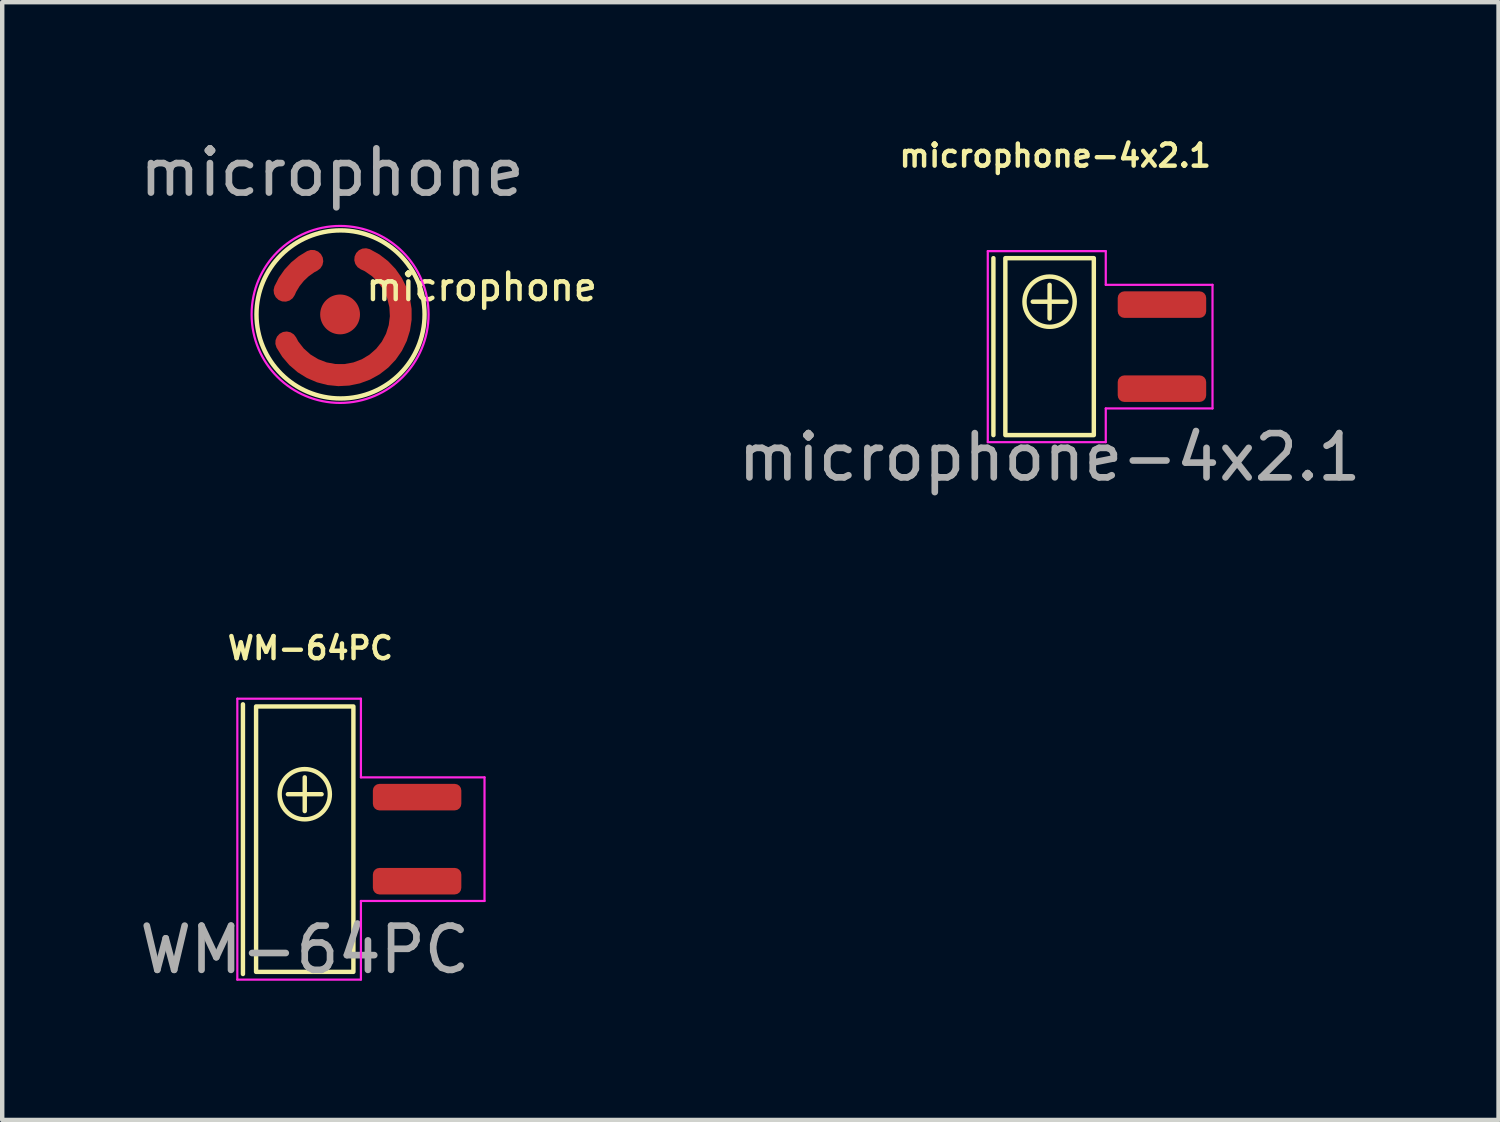
<source format=kicad_pcb>
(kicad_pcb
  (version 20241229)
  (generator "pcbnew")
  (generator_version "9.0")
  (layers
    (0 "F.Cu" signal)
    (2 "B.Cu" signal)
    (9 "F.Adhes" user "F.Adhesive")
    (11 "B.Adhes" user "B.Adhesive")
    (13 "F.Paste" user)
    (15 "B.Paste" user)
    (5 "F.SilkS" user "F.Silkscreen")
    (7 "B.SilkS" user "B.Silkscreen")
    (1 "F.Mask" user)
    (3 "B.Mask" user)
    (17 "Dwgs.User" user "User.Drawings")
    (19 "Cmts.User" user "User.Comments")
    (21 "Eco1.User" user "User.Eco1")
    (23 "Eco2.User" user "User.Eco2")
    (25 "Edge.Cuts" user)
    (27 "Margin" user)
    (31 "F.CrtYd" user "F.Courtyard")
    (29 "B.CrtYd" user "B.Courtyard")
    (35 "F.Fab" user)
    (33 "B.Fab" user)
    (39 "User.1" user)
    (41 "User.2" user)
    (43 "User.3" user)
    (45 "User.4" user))
  (footprint "microphone"
    (layer "F.Cu")
    (at 4.638 4.058)
    (property "Reference" "microphone" (at 3.2 -0.62 0) (layer "F.SilkS") (effects (font (size 0.6 0.6) (thickness 0.1))))
    (attr smd)
    (fp_circle (center 0.01 0) (end 1.91 0) (stroke (width 0.1) (type default)) (fill no) (layer "F.SilkS"))
    (fp_circle (center 0 0) (end 2 0) (stroke (width 0.05) (type default)) (fill no) (layer "F.CrtYd"))
    (fp_text user "${REFERENCE}" (at -0.18 -3.21 0) (unlocked yes) (layer "F.Fab") (effects (font (size 1 1) (thickness 0.15))))
    (pad "1" smd custom (at -0.63 -1.21 150) (size 0.2 0.2) (layers "F.Cu" "F.Mask" "F.Paste") (options (anchor circle)) (primitives (gr_arc (start 0.203989 -0.894458) (mid 0.179441 -0.429568) (end 0.000002 -0.000001) (width 0.5))))
    (pad "1" smd custom (at 0.47 -1.288 150) (size 0.2 0.2) (layers "F.Cu" "F.Mask" "F.Paste") (options (anchor circle)) (primitives (gr_arc (start -0.107098 0.014499) (mid -1.570866 -1.670202) (end 0.497614 -2.50819) (width 0.5))))
    (pad "2" smd circle (at 0 0) (size 0.9 0.9) (layers "F.Cu" "F.Mask" "F.Paste")))
  (footprint "WM-64PC"
    (layer "F.Cu")
    (at 3.839 15.92)
    (property "Reference" "WM-64PC" (at 0.127 -4.318 0) (unlocked yes) (layer "F.SilkS") (effects (font (size 0.5 0.5) (thickness 0.1))))
    (attr smd)
    (fp_line (start -1.397 -3.048) (end -1.397 3.048) (stroke (width 0.1) (type default)) (layer "F.SilkS"))
    (fp_line (start -0.381 -1.016) (end 0.381 -1.016) (stroke (width 0.1) (type default)) (layer "F.SilkS"))
    (fp_line (start 0 -1.397) (end 0 -0.635) (stroke (width 0.1) (type default)) (layer "F.SilkS"))
    (fp_rect (start -1.1 -3) (end 1.1 3) (stroke (width 0.1) (type default)) (fill no) (layer "F.SilkS"))
    (fp_circle (center 0 -1.016) (end 0.508 -0.762) (stroke (width 0.1) (type default)) (fill no) (layer "F.SilkS"))
    (fp_line (start -1.524 -3.175) (end -1.524 3.175) (stroke (width 0.05) (type default)) (layer "F.CrtYd"))
    (fp_line (start -1.524 -3.175) (end 1.27 -3.175) (stroke (width 0.05) (type default)) (layer "F.CrtYd"))
    (fp_line (start -1.524 3.175) (end 1.27 3.175) (stroke (width 0.05) (type default)) (layer "F.CrtYd"))
    (fp_line (start 1.27 -3.175) (end 1.27 -1.397) (stroke (width 0.05) (type default)) (layer "F.CrtYd"))
    (fp_line (start 1.27 -1.397) (end 4.064 -1.397) (stroke (width 0.05) (type default)) (layer "F.CrtYd"))
    (fp_line (start 1.27 1.397) (end 1.27 3.175) (stroke (width 0.05) (type default)) (layer "F.CrtYd"))
    (fp_line (start 4.064 -1.397) (end 4.064 1.397) (stroke (width 0.05) (type default)) (layer "F.CrtYd"))
    (fp_line (start 4.064 1.397) (end 1.27 1.397) (stroke (width 0.05) (type default)) (layer "F.CrtYd"))
    (fp_text user "${REFERENCE}" (at 0 2.5 0) (unlocked yes) (layer "F.Fab") (effects (font (size 1 1) (thickness 0.15))))
    (pad "1" smd roundrect (at 2.54 0.95) (size 2 0.6) (layers "F.Cu" "F.Mask" "F.Paste") (roundrect_rratio 0.25))
    (pad "2" smd roundrect (at 2.54 -0.95) (size 2 0.6) (layers "F.Cu" "F.Mask" "F.Paste") (roundrect_rratio 0.25)))
  (footprint "microphone-4x2.1"
    (layer "F.Cu")
    (at 20.677 4.786)
    (property "Reference" "microphone-4x2.1" (at 0.127 -4.318 0) (unlocked yes) (layer "F.SilkS") (effects (font (size 0.5 0.5) (thickness 0.1))))
    (attr smd)
    (fp_line (start -1.27 -2) (end -1.27 2) (stroke (width 0.1) (type default)) (layer "F.SilkS"))
    (fp_line (start -0.381 -1.016) (end 0.381 -1.016) (stroke (width 0.1) (type default)) (layer "F.SilkS"))
    (fp_line (start 0 -1.397) (end 0 -0.635) (stroke (width 0.1) (type default)) (layer "F.SilkS"))
    (fp_rect (start -1 -2) (end 1 2) (stroke (width 0.1) (type default)) (fill no) (layer "F.SilkS"))
    (fp_circle (center 0 -1.016) (end 0.508 -0.762) (stroke (width 0.1) (type default)) (fill no) (layer "F.SilkS"))
    (fp_line (start -1.397 -2.159) (end -1.397 2.159) (stroke (width 0.05) (type default)) (layer "F.CrtYd"))
    (fp_line (start -1.397 -2.159) (end 1.27 -2.159) (stroke (width 0.05) (type default)) (layer "F.CrtYd"))
    (fp_line (start -1.397 2.159) (end 1.27 2.159) (stroke (width 0.05) (type default)) (layer "F.CrtYd"))
    (fp_line (start 1.27 -2.159) (end 1.27 -1.397) (stroke (width 0.05) (type default)) (layer "F.CrtYd"))
    (fp_line (start 1.27 -1.397) (end 3.683 -1.397) (stroke (width 0.05) (type default)) (layer "F.CrtYd"))
    (fp_line (start 1.27 1.397) (end 1.27 2.159) (stroke (width 0.05) (type default)) (layer "F.CrtYd"))
    (fp_line (start 3.683 -1.397) (end 3.683 1.397) (stroke (width 0.05) (type default)) (layer "F.CrtYd"))
    (fp_line (start 3.683 1.397) (end 1.27 1.397) (stroke (width 0.05) (type default)) (layer "F.CrtYd"))
    (fp_text user "${REFERENCE}" (at 0 2.5 0) (unlocked yes) (layer "F.Fab") (effects (font (size 1 1) (thickness 0.15))))
    (pad "1" smd roundrect (at 2.54 0.95) (size 2 0.6) (layers "F.Cu" "F.Mask" "F.Paste") (roundrect_rratio 0.25))
    (pad "2" smd roundrect (at 2.54 -0.95) (size 2 0.6) (layers "F.Cu" "F.Mask" "F.Paste") (roundrect_rratio 0.25)))
  (gr_rect
    (start -3 -3)
    (end 30.826 22.268)
    (stroke (width 0.1) (type default))
    (fill no)
    (layer "Edge.Cuts")))
</source>
